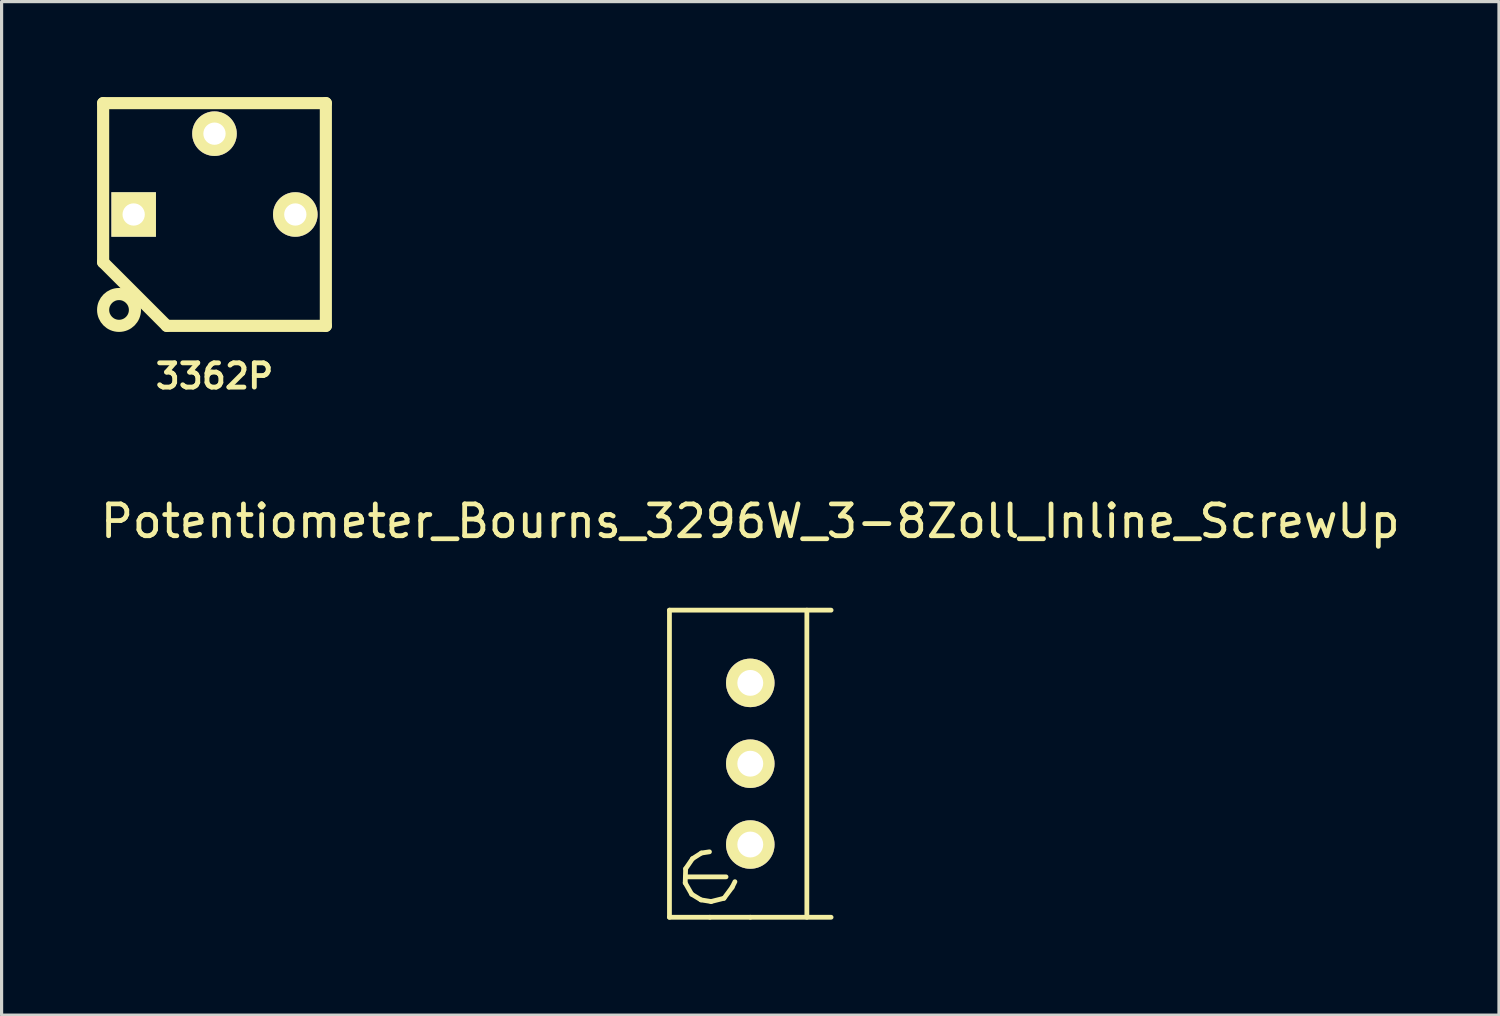
<source format=kicad_pcb>
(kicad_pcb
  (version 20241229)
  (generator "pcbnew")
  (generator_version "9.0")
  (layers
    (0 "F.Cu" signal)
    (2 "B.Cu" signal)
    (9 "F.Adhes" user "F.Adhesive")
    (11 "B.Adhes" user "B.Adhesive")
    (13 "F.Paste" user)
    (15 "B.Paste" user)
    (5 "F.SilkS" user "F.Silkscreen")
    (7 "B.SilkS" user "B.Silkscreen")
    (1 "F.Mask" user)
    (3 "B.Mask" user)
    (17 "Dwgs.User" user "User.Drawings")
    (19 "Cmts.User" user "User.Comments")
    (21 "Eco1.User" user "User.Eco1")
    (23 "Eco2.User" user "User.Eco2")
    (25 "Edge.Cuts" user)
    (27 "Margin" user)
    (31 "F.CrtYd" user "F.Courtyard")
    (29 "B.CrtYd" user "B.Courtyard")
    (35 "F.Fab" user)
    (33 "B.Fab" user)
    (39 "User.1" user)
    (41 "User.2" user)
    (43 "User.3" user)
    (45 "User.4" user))
  (footprint "3362P"
    (layer "F.Cu")
    (at 3.691 3.691)
    (property "Reference" "3362P" (at 0 5.08 0) (layer "F.SilkS") (effects (font (size 0.762 0.762) (thickness 0.152))))
    (attr through_hole)
    (fp_line (start -3.5 -3.5) (end 3.5 -3.5) (stroke (width 0.381) (type solid)) (layer "F.SilkS"))
    (fp_line (start -3.5 1.5) (end -3.5 -3.5) (stroke (width 0.381) (type solid)) (layer "F.SilkS"))
    (fp_line (start -3.5 1.5) (end -1.5 3.5) (stroke (width 0.381) (type solid)) (layer "F.SilkS"))
    (fp_line (start -1.5 3.5) (end 3.5 3.5) (stroke (width 0.381) (type solid)) (layer "F.SilkS"))
    (fp_line (start 3.5 -3.5) (end 3.5 3.5) (stroke (width 0.381) (type solid)) (layer "F.SilkS"))
    (fp_circle (center -3 3) (end -3 3.5) (stroke (width 0.381) (type solid)) (fill no) (layer "F.SilkS"))
    (pad "1" thru_hole rect (at -2.54 0) (size 1.4 1.4) (drill 0.7) (layers "*.Cu" "*.Mask" "F.SilkS"))
    (pad "2" thru_hole circle (at 0 -2.54) (size 1.4 1.4) (drill 0.7) (layers "*.Cu" "*.Mask" "F.SilkS"))
    (pad "3" thru_hole circle (at 2.54 0) (size 1.4 1.4) (drill 0.7) (layers "*.Cu" "*.Mask" "F.SilkS")))
  (footprint "Potentiometer_Bourns_3296W_3-8Zoll_Inline_ScrewUp"
    (layer "F.Cu")
    (at 20.53 23.492)
    (property "Reference" "Potentiometer_Bourns_3296W_3-8Zoll_Inline_ScrewUp" (at 0 -10.16 0) (layer "F.SilkS") (effects (font (size 1 1) (thickness 0.15))))
    (attr through_hole)
    (fp_line (start -2.54 -7.366) (end 2.54 -7.366) (stroke (width 0.15) (type solid)) (layer "F.SilkS"))
    (fp_line (start -2.54 2.286) (end -2.54 -7.366) (stroke (width 0.15) (type solid)) (layer "F.SilkS"))
    (fp_line (start -2.045 1.206) (end -1.841 1.562) (stroke (width 0.15) (type solid)) (layer "F.SilkS"))
    (fp_line (start -2.032 0.762) (end -2.045 1.206) (stroke (width 0.15) (type solid)) (layer "F.SilkS"))
    (fp_line (start -2.032 1.016) (end -0.762 1.016) (stroke (width 0.15) (type solid)) (layer "F.SilkS"))
    (fp_line (start -1.841 1.562) (end -1.549 1.74) (stroke (width 0.15) (type solid)) (layer "F.SilkS"))
    (fp_line (start -1.816 0.445) (end -2.032 0.762) (stroke (width 0.15) (type solid)) (layer "F.SilkS"))
    (fp_line (start -1.549 1.74) (end -1.232 1.791) (stroke (width 0.15) (type solid)) (layer "F.SilkS"))
    (fp_line (start -1.537 0.267) (end -1.816 0.445) (stroke (width 0.15) (type solid)) (layer "F.SilkS"))
    (fp_line (start -1.283 0.229) (end -1.537 0.267) (stroke (width 0.15) (type solid)) (layer "F.SilkS"))
    (fp_line (start -1.27 2.286) (end -2.54 2.286) (stroke (width 0.15) (type solid)) (layer "F.SilkS"))
    (fp_line (start -1.232 1.791) (end -0.826 1.689) (stroke (width 0.15) (type solid)) (layer "F.SilkS"))
    (fp_line (start -0.826 1.689) (end -0.572 1.346) (stroke (width 0.15) (type solid)) (layer "F.SilkS"))
    (fp_line (start -0.572 1.346) (end -0.483 1.168) (stroke (width 0.15) (type solid)) (layer "F.SilkS"))
    (fp_line (start 0 2.286) (end -1.27 2.286) (stroke (width 0.15) (type solid)) (layer "F.SilkS"))
    (fp_line (start 1.778 -7.366) (end 1.778 2.286) (stroke (width 0.15) (type solid)) (layer "F.SilkS"))
    (fp_line (start 2.54 2.286) (end 0 2.286) (stroke (width 0.15) (type solid)) (layer "F.SilkS"))
    (pad "1" thru_hole circle (at 0 0) (size 1.524 1.524) (drill 0.813) (layers "*.Cu" "*.Mask" "F.SilkS"))
    (pad "2" thru_hole circle (at 0 -2.54) (size 1.524 1.524) (drill 0.813) (layers "*.Cu" "*.Mask" "F.SilkS"))
    (pad "3" thru_hole circle (at 0 -5.08) (size 1.524 1.524) (drill 0.813) (layers "*.Cu" "*.Mask" "F.SilkS")))
  (gr_rect
    (start -3 -3)
    (end 44.06 28.853)
    (stroke (width 0.1) (type default))
    (fill no)
    (layer "Edge.Cuts")))
</source>
